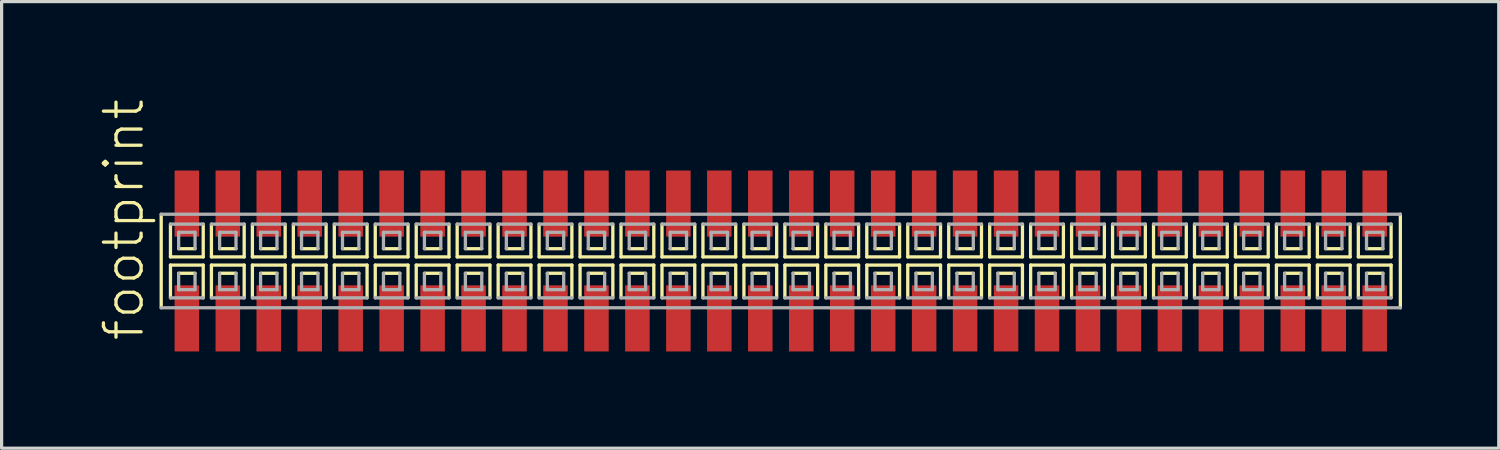
<source format=kicad_pcb>
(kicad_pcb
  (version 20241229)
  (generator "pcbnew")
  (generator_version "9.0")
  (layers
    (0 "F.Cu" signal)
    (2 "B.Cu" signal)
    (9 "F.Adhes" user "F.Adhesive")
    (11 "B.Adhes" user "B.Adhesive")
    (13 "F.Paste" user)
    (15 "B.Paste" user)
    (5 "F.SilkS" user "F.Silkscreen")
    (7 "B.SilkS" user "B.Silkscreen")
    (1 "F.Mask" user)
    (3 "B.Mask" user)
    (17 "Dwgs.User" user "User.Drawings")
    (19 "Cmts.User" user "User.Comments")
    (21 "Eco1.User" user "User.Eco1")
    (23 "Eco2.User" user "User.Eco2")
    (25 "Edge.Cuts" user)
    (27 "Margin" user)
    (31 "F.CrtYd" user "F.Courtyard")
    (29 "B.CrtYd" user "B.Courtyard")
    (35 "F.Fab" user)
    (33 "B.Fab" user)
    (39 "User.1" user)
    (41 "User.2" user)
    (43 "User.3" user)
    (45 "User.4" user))
  (footprint "footprint"
    (layer "F.Cu")
    (at 21.158 5.042)
    (property "Reference" "footprint" (at -19.685 2.54 90) (layer "F.SilkS") (effects (font (size 1.168 1.168) (thickness 0.102)) (justify left bottom)))
    (fp_line (start -19.21 -1.45) (end -19.21 1.45) (stroke (width 0.102) (type solid)) (layer "F.SilkS"))
    (fp_line (start -18.923 -1.143) (end -18.923 -0.127) (stroke (width 0.102) (type solid)) (layer "F.SilkS"))
    (fp_line (start -18.923 -0.127) (end -17.907 -0.127) (stroke (width 0.102) (type solid)) (layer "F.SilkS"))
    (fp_line (start -18.923 0.127) (end -18.923 1.143) (stroke (width 0.102) (type solid)) (layer "F.SilkS"))
    (fp_line (start -18.669 -0.381) (end -18.161 -0.381) (stroke (width 0.102) (type solid)) (layer "F.SilkS"))
    (fp_line (start -18.161 0.381) (end -18.669 0.381) (stroke (width 0.102) (type solid)) (layer "F.SilkS"))
    (fp_line (start -17.907 -0.127) (end -17.907 -1.143) (stroke (width 0.102) (type solid)) (layer "F.SilkS"))
    (fp_line (start -17.907 0.127) (end -18.923 0.127) (stroke (width 0.102) (type solid)) (layer "F.SilkS"))
    (fp_line (start -17.907 1.143) (end -17.907 0.127) (stroke (width 0.102) (type solid)) (layer "F.SilkS"))
    (fp_line (start -17.653 -1.143) (end -17.653 -0.127) (stroke (width 0.102) (type solid)) (layer "F.SilkS"))
    (fp_line (start -17.653 -0.127) (end -16.637 -0.127) (stroke (width 0.102) (type solid)) (layer "F.SilkS"))
    (fp_line (start -17.653 0.127) (end -17.653 1.143) (stroke (width 0.102) (type solid)) (layer "F.SilkS"))
    (fp_line (start -17.399 -0.381) (end -16.891 -0.381) (stroke (width 0.102) (type solid)) (layer "F.SilkS"))
    (fp_line (start -16.891 0.381) (end -17.399 0.381) (stroke (width 0.102) (type solid)) (layer "F.SilkS"))
    (fp_line (start -16.637 -0.127) (end -16.637 -1.143) (stroke (width 0.102) (type solid)) (layer "F.SilkS"))
    (fp_line (start -16.637 0.127) (end -17.653 0.127) (stroke (width 0.102) (type solid)) (layer "F.SilkS"))
    (fp_line (start -16.637 1.143) (end -16.637 0.127) (stroke (width 0.102) (type solid)) (layer "F.SilkS"))
    (fp_line (start -16.383 -1.143) (end -16.383 -0.127) (stroke (width 0.102) (type solid)) (layer "F.SilkS"))
    (fp_line (start -16.383 -0.127) (end -15.367 -0.127) (stroke (width 0.102) (type solid)) (layer "F.SilkS"))
    (fp_line (start -16.383 0.127) (end -16.383 1.143) (stroke (width 0.102) (type solid)) (layer "F.SilkS"))
    (fp_line (start -16.129 -0.381) (end -15.621 -0.381) (stroke (width 0.102) (type solid)) (layer "F.SilkS"))
    (fp_line (start -15.621 0.381) (end -16.129 0.381) (stroke (width 0.102) (type solid)) (layer "F.SilkS"))
    (fp_line (start -15.367 -0.127) (end -15.367 -1.143) (stroke (width 0.102) (type solid)) (layer "F.SilkS"))
    (fp_line (start -15.367 0.127) (end -16.383 0.127) (stroke (width 0.102) (type solid)) (layer "F.SilkS"))
    (fp_line (start -15.367 1.143) (end -15.367 0.127) (stroke (width 0.102) (type solid)) (layer "F.SilkS"))
    (fp_line (start -15.113 -1.143) (end -15.113 -0.127) (stroke (width 0.102) (type solid)) (layer "F.SilkS"))
    (fp_line (start -15.113 -0.127) (end -14.097 -0.127) (stroke (width 0.102) (type solid)) (layer "F.SilkS"))
    (fp_line (start -15.113 0.127) (end -15.113 1.143) (stroke (width 0.102) (type solid)) (layer "F.SilkS"))
    (fp_line (start -14.859 -0.381) (end -14.351 -0.381) (stroke (width 0.102) (type solid)) (layer "F.SilkS"))
    (fp_line (start -14.351 0.381) (end -14.859 0.381) (stroke (width 0.102) (type solid)) (layer "F.SilkS"))
    (fp_line (start -14.097 -0.127) (end -14.097 -1.143) (stroke (width 0.102) (type solid)) (layer "F.SilkS"))
    (fp_line (start -14.097 0.127) (end -15.113 0.127) (stroke (width 0.102) (type solid)) (layer "F.SilkS"))
    (fp_line (start -14.097 1.143) (end -14.097 0.127) (stroke (width 0.102) (type solid)) (layer "F.SilkS"))
    (fp_line (start -13.843 -1.143) (end -13.843 -0.127) (stroke (width 0.102) (type solid)) (layer "F.SilkS"))
    (fp_line (start -13.843 -0.127) (end -12.827 -0.127) (stroke (width 0.102) (type solid)) (layer "F.SilkS"))
    (fp_line (start -13.843 0.127) (end -13.843 1.143) (stroke (width 0.102) (type solid)) (layer "F.SilkS"))
    (fp_line (start -13.589 -0.381) (end -13.081 -0.381) (stroke (width 0.102) (type solid)) (layer "F.SilkS"))
    (fp_line (start -13.081 0.381) (end -13.589 0.381) (stroke (width 0.102) (type solid)) (layer "F.SilkS"))
    (fp_line (start -12.827 -0.127) (end -12.827 -1.143) (stroke (width 0.102) (type solid)) (layer "F.SilkS"))
    (fp_line (start -12.827 0.127) (end -13.843 0.127) (stroke (width 0.102) (type solid)) (layer "F.SilkS"))
    (fp_line (start -12.827 1.143) (end -12.827 0.127) (stroke (width 0.102) (type solid)) (layer "F.SilkS"))
    (fp_line (start -12.573 -1.143) (end -12.573 -0.127) (stroke (width 0.102) (type solid)) (layer "F.SilkS"))
    (fp_line (start -12.573 -0.127) (end -11.557 -0.127) (stroke (width 0.102) (type solid)) (layer "F.SilkS"))
    (fp_line (start -12.573 0.127) (end -12.573 1.143) (stroke (width 0.102) (type solid)) (layer "F.SilkS"))
    (fp_line (start -12.319 -0.381) (end -11.811 -0.381) (stroke (width 0.102) (type solid)) (layer "F.SilkS"))
    (fp_line (start -11.811 0.381) (end -12.319 0.381) (stroke (width 0.102) (type solid)) (layer "F.SilkS"))
    (fp_line (start -11.557 -0.127) (end -11.557 -1.143) (stroke (width 0.102) (type solid)) (layer "F.SilkS"))
    (fp_line (start -11.557 0.127) (end -12.573 0.127) (stroke (width 0.102) (type solid)) (layer "F.SilkS"))
    (fp_line (start -11.557 1.143) (end -11.557 0.127) (stroke (width 0.102) (type solid)) (layer "F.SilkS"))
    (fp_line (start -11.303 -1.143) (end -11.303 -0.127) (stroke (width 0.102) (type solid)) (layer "F.SilkS"))
    (fp_line (start -11.303 -0.127) (end -10.287 -0.127) (stroke (width 0.102) (type solid)) (layer "F.SilkS"))
    (fp_line (start -11.303 0.127) (end -11.303 1.143) (stroke (width 0.102) (type solid)) (layer "F.SilkS"))
    (fp_line (start -11.049 -0.381) (end -10.541 -0.381) (stroke (width 0.102) (type solid)) (layer "F.SilkS"))
    (fp_line (start -10.541 0.381) (end -11.049 0.381) (stroke (width 0.102) (type solid)) (layer "F.SilkS"))
    (fp_line (start -10.287 -0.127) (end -10.287 -1.143) (stroke (width 0.102) (type solid)) (layer "F.SilkS"))
    (fp_line (start -10.287 0.127) (end -11.303 0.127) (stroke (width 0.102) (type solid)) (layer "F.SilkS"))
    (fp_line (start -10.287 1.143) (end -10.287 0.127) (stroke (width 0.102) (type solid)) (layer "F.SilkS"))
    (fp_line (start -10.033 -1.143) (end -10.033 -0.127) (stroke (width 0.102) (type solid)) (layer "F.SilkS"))
    (fp_line (start -10.033 -0.127) (end -9.017 -0.127) (stroke (width 0.102) (type solid)) (layer "F.SilkS"))
    (fp_line (start -10.033 0.127) (end -10.033 1.143) (stroke (width 0.102) (type solid)) (layer "F.SilkS"))
    (fp_line (start -9.779 -0.381) (end -9.271 -0.381) (stroke (width 0.102) (type solid)) (layer "F.SilkS"))
    (fp_line (start -9.271 0.381) (end -9.779 0.381) (stroke (width 0.102) (type solid)) (layer "F.SilkS"))
    (fp_line (start -9.017 -0.127) (end -9.017 -1.143) (stroke (width 0.102) (type solid)) (layer "F.SilkS"))
    (fp_line (start -9.017 0.127) (end -10.033 0.127) (stroke (width 0.102) (type solid)) (layer "F.SilkS"))
    (fp_line (start -9.017 1.143) (end -9.017 0.127) (stroke (width 0.102) (type solid)) (layer "F.SilkS"))
    (fp_line (start -8.763 -1.143) (end -8.763 -0.127) (stroke (width 0.102) (type solid)) (layer "F.SilkS"))
    (fp_line (start -8.763 -0.127) (end -7.747 -0.127) (stroke (width 0.102) (type solid)) (layer "F.SilkS"))
    (fp_line (start -8.763 0.127) (end -8.763 1.143) (stroke (width 0.102) (type solid)) (layer "F.SilkS"))
    (fp_line (start -8.509 -0.381) (end -8.001 -0.381) (stroke (width 0.102) (type solid)) (layer "F.SilkS"))
    (fp_line (start -8.001 0.381) (end -8.509 0.381) (stroke (width 0.102) (type solid)) (layer "F.SilkS"))
    (fp_line (start -7.747 -0.127) (end -7.747 -1.143) (stroke (width 0.102) (type solid)) (layer "F.SilkS"))
    (fp_line (start -7.747 0.127) (end -8.763 0.127) (stroke (width 0.102) (type solid)) (layer "F.SilkS"))
    (fp_line (start -7.747 1.143) (end -7.747 0.127) (stroke (width 0.102) (type solid)) (layer "F.SilkS"))
    (fp_line (start -7.493 -1.143) (end -7.493 -0.127) (stroke (width 0.102) (type solid)) (layer "F.SilkS"))
    (fp_line (start -7.493 -0.127) (end -6.477 -0.127) (stroke (width 0.102) (type solid)) (layer "F.SilkS"))
    (fp_line (start -7.493 0.127) (end -7.493 1.143) (stroke (width 0.102) (type solid)) (layer "F.SilkS"))
    (fp_line (start -7.239 -0.381) (end -6.731 -0.381) (stroke (width 0.102) (type solid)) (layer "F.SilkS"))
    (fp_line (start -6.731 0.381) (end -7.239 0.381) (stroke (width 0.102) (type solid)) (layer "F.SilkS"))
    (fp_line (start -6.477 -0.127) (end -6.477 -1.143) (stroke (width 0.102) (type solid)) (layer "F.SilkS"))
    (fp_line (start -6.477 0.127) (end -7.493 0.127) (stroke (width 0.102) (type solid)) (layer "F.SilkS"))
    (fp_line (start -6.477 1.143) (end -6.477 0.127) (stroke (width 0.102) (type solid)) (layer "F.SilkS"))
    (fp_line (start -6.223 -1.143) (end -6.223 -0.127) (stroke (width 0.102) (type solid)) (layer "F.SilkS"))
    (fp_line (start -6.223 -0.127) (end -5.207 -0.127) (stroke (width 0.102) (type solid)) (layer "F.SilkS"))
    (fp_line (start -6.223 0.127) (end -6.223 1.143) (stroke (width 0.102) (type solid)) (layer "F.SilkS"))
    (fp_line (start -5.969 -0.381) (end -5.461 -0.381) (stroke (width 0.102) (type solid)) (layer "F.SilkS"))
    (fp_line (start -5.461 0.381) (end -5.969 0.381) (stroke (width 0.102) (type solid)) (layer "F.SilkS"))
    (fp_line (start -5.207 -0.127) (end -5.207 -1.143) (stroke (width 0.102) (type solid)) (layer "F.SilkS"))
    (fp_line (start -5.207 0.127) (end -6.223 0.127) (stroke (width 0.102) (type solid)) (layer "F.SilkS"))
    (fp_line (start -5.207 1.143) (end -5.207 0.127) (stroke (width 0.102) (type solid)) (layer "F.SilkS"))
    (fp_line (start -4.953 -1.143) (end -4.953 -0.127) (stroke (width 0.102) (type solid)) (layer "F.SilkS"))
    (fp_line (start -4.953 -0.127) (end -3.937 -0.127) (stroke (width 0.102) (type solid)) (layer "F.SilkS"))
    (fp_line (start -4.953 0.127) (end -4.953 1.143) (stroke (width 0.102) (type solid)) (layer "F.SilkS"))
    (fp_line (start -4.699 -0.381) (end -4.191 -0.381) (stroke (width 0.102) (type solid)) (layer "F.SilkS"))
    (fp_line (start -4.191 0.381) (end -4.699 0.381) (stroke (width 0.102) (type solid)) (layer "F.SilkS"))
    (fp_line (start -3.937 -0.127) (end -3.937 -1.143) (stroke (width 0.102) (type solid)) (layer "F.SilkS"))
    (fp_line (start -3.937 0.127) (end -4.953 0.127) (stroke (width 0.102) (type solid)) (layer "F.SilkS"))
    (fp_line (start -3.937 1.143) (end -3.937 0.127) (stroke (width 0.102) (type solid)) (layer "F.SilkS"))
    (fp_line (start -3.683 -1.143) (end -3.683 -0.127) (stroke (width 0.102) (type solid)) (layer "F.SilkS"))
    (fp_line (start -3.683 -0.127) (end -2.667 -0.127) (stroke (width 0.102) (type solid)) (layer "F.SilkS"))
    (fp_line (start -3.683 0.127) (end -3.683 1.143) (stroke (width 0.102) (type solid)) (layer "F.SilkS"))
    (fp_line (start -3.429 -0.381) (end -2.921 -0.381) (stroke (width 0.102) (type solid)) (layer "F.SilkS"))
    (fp_line (start -2.921 0.381) (end -3.429 0.381) (stroke (width 0.102) (type solid)) (layer "F.SilkS"))
    (fp_line (start -2.667 -0.127) (end -2.667 -1.143) (stroke (width 0.102) (type solid)) (layer "F.SilkS"))
    (fp_line (start -2.667 0.127) (end -3.683 0.127) (stroke (width 0.102) (type solid)) (layer "F.SilkS"))
    (fp_line (start -2.667 1.143) (end -2.667 0.127) (stroke (width 0.102) (type solid)) (layer "F.SilkS"))
    (fp_line (start -2.413 -1.143) (end -2.413 -0.127) (stroke (width 0.102) (type solid)) (layer "F.SilkS"))
    (fp_line (start -2.413 -0.127) (end -1.397 -0.127) (stroke (width 0.102) (type solid)) (layer "F.SilkS"))
    (fp_line (start -2.413 0.127) (end -2.413 1.143) (stroke (width 0.102) (type solid)) (layer "F.SilkS"))
    (fp_line (start -2.159 -0.381) (end -1.651 -0.381) (stroke (width 0.102) (type solid)) (layer "F.SilkS"))
    (fp_line (start -1.651 0.381) (end -2.159 0.381) (stroke (width 0.102) (type solid)) (layer "F.SilkS"))
    (fp_line (start -1.397 -0.127) (end -1.397 -1.143) (stroke (width 0.102) (type solid)) (layer "F.SilkS"))
    (fp_line (start -1.397 0.127) (end -2.413 0.127) (stroke (width 0.102) (type solid)) (layer "F.SilkS"))
    (fp_line (start -1.397 1.143) (end -1.397 0.127) (stroke (width 0.102) (type solid)) (layer "F.SilkS"))
    (fp_line (start -1.143 -1.143) (end -1.143 -0.127) (stroke (width 0.102) (type solid)) (layer "F.SilkS"))
    (fp_line (start -1.143 -0.127) (end -0.127 -0.127) (stroke (width 0.102) (type solid)) (layer "F.SilkS"))
    (fp_line (start -1.143 0.127) (end -1.143 1.143) (stroke (width 0.102) (type solid)) (layer "F.SilkS"))
    (fp_line (start -0.889 -0.381) (end -0.381 -0.381) (stroke (width 0.102) (type solid)) (layer "F.SilkS"))
    (fp_line (start -0.381 0.381) (end -0.889 0.381) (stroke (width 0.102) (type solid)) (layer "F.SilkS"))
    (fp_line (start -0.127 -0.127) (end -0.127 -1.143) (stroke (width 0.102) (type solid)) (layer "F.SilkS"))
    (fp_line (start -0.127 0.127) (end -1.143 0.127) (stroke (width 0.102) (type solid)) (layer "F.SilkS"))
    (fp_line (start -0.127 1.143) (end -0.127 0.127) (stroke (width 0.102) (type solid)) (layer "F.SilkS"))
    (fp_line (start 0.127 -1.143) (end 0.127 -0.127) (stroke (width 0.102) (type solid)) (layer "F.SilkS"))
    (fp_line (start 0.127 -0.127) (end 1.143 -0.127) (stroke (width 0.102) (type solid)) (layer "F.SilkS"))
    (fp_line (start 0.127 0.127) (end 0.127 1.143) (stroke (width 0.102) (type solid)) (layer "F.SilkS"))
    (fp_line (start 0.381 -0.381) (end 0.889 -0.381) (stroke (width 0.102) (type solid)) (layer "F.SilkS"))
    (fp_line (start 0.889 0.381) (end 0.381 0.381) (stroke (width 0.102) (type solid)) (layer "F.SilkS"))
    (fp_line (start 1.143 -0.127) (end 1.143 -1.143) (stroke (width 0.102) (type solid)) (layer "F.SilkS"))
    (fp_line (start 1.143 0.127) (end 0.127 0.127) (stroke (width 0.102) (type solid)) (layer "F.SilkS"))
    (fp_line (start 1.143 1.143) (end 1.143 0.127) (stroke (width 0.102) (type solid)) (layer "F.SilkS"))
    (fp_line (start 1.397 -1.143) (end 1.397 -0.127) (stroke (width 0.102) (type solid)) (layer "F.SilkS"))
    (fp_line (start 1.397 -0.127) (end 2.413 -0.127) (stroke (width 0.102) (type solid)) (layer "F.SilkS"))
    (fp_line (start 1.397 0.127) (end 1.397 1.143) (stroke (width 0.102) (type solid)) (layer "F.SilkS"))
    (fp_line (start 1.651 -0.381) (end 2.159 -0.381) (stroke (width 0.102) (type solid)) (layer "F.SilkS"))
    (fp_line (start 2.159 0.381) (end 1.651 0.381) (stroke (width 0.102) (type solid)) (layer "F.SilkS"))
    (fp_line (start 2.413 -0.127) (end 2.413 -1.143) (stroke (width 0.102) (type solid)) (layer "F.SilkS"))
    (fp_line (start 2.413 0.127) (end 1.397 0.127) (stroke (width 0.102) (type solid)) (layer "F.SilkS"))
    (fp_line (start 2.413 1.143) (end 2.413 0.127) (stroke (width 0.102) (type solid)) (layer "F.SilkS"))
    (fp_line (start 2.667 -1.143) (end 2.667 -0.127) (stroke (width 0.102) (type solid)) (layer "F.SilkS"))
    (fp_line (start 2.667 -0.127) (end 3.683 -0.127) (stroke (width 0.102) (type solid)) (layer "F.SilkS"))
    (fp_line (start 2.667 0.127) (end 2.667 1.143) (stroke (width 0.102) (type solid)) (layer "F.SilkS"))
    (fp_line (start 2.921 -0.381) (end 3.429 -0.381) (stroke (width 0.102) (type solid)) (layer "F.SilkS"))
    (fp_line (start 3.429 0.381) (end 2.921 0.381) (stroke (width 0.102) (type solid)) (layer "F.SilkS"))
    (fp_line (start 3.683 -0.127) (end 3.683 -1.143) (stroke (width 0.102) (type solid)) (layer "F.SilkS"))
    (fp_line (start 3.683 0.127) (end 2.667 0.127) (stroke (width 0.102) (type solid)) (layer "F.SilkS"))
    (fp_line (start 3.683 1.143) (end 3.683 0.127) (stroke (width 0.102) (type solid)) (layer "F.SilkS"))
    (fp_line (start 3.937 -1.143) (end 3.937 -0.127) (stroke (width 0.102) (type solid)) (layer "F.SilkS"))
    (fp_line (start 3.937 -0.127) (end 4.953 -0.127) (stroke (width 0.102) (type solid)) (layer "F.SilkS"))
    (fp_line (start 3.937 0.127) (end 3.937 1.143) (stroke (width 0.102) (type solid)) (layer "F.SilkS"))
    (fp_line (start 4.191 -0.381) (end 4.699 -0.381) (stroke (width 0.102) (type solid)) (layer "F.SilkS"))
    (fp_line (start 4.699 0.381) (end 4.191 0.381) (stroke (width 0.102) (type solid)) (layer "F.SilkS"))
    (fp_line (start 4.953 -0.127) (end 4.953 -1.143) (stroke (width 0.102) (type solid)) (layer "F.SilkS"))
    (fp_line (start 4.953 0.127) (end 3.937 0.127) (stroke (width 0.102) (type solid)) (layer "F.SilkS"))
    (fp_line (start 4.953 1.143) (end 4.953 0.127) (stroke (width 0.102) (type solid)) (layer "F.SilkS"))
    (fp_line (start 5.207 -1.143) (end 5.207 -0.127) (stroke (width 0.102) (type solid)) (layer "F.SilkS"))
    (fp_line (start 5.207 -0.127) (end 6.223 -0.127) (stroke (width 0.102) (type solid)) (layer "F.SilkS"))
    (fp_line (start 5.207 0.127) (end 5.207 1.143) (stroke (width 0.102) (type solid)) (layer "F.SilkS"))
    (fp_line (start 5.461 -0.381) (end 5.969 -0.381) (stroke (width 0.102) (type solid)) (layer "F.SilkS"))
    (fp_line (start 5.969 0.381) (end 5.461 0.381) (stroke (width 0.102) (type solid)) (layer "F.SilkS"))
    (fp_line (start 6.223 -0.127) (end 6.223 -1.143) (stroke (width 0.102) (type solid)) (layer "F.SilkS"))
    (fp_line (start 6.223 0.127) (end 5.207 0.127) (stroke (width 0.102) (type solid)) (layer "F.SilkS"))
    (fp_line (start 6.223 1.143) (end 6.223 0.127) (stroke (width 0.102) (type solid)) (layer "F.SilkS"))
    (fp_line (start 6.477 -1.143) (end 6.477 -0.127) (stroke (width 0.102) (type solid)) (layer "F.SilkS"))
    (fp_line (start 6.477 -0.127) (end 7.493 -0.127) (stroke (width 0.102) (type solid)) (layer "F.SilkS"))
    (fp_line (start 6.477 0.127) (end 6.477 1.143) (stroke (width 0.102) (type solid)) (layer "F.SilkS"))
    (fp_line (start 6.731 -0.381) (end 7.239 -0.381) (stroke (width 0.102) (type solid)) (layer "F.SilkS"))
    (fp_line (start 7.239 0.381) (end 6.731 0.381) (stroke (width 0.102) (type solid)) (layer "F.SilkS"))
    (fp_line (start 7.493 -0.127) (end 7.493 -1.143) (stroke (width 0.102) (type solid)) (layer "F.SilkS"))
    (fp_line (start 7.493 0.127) (end 6.477 0.127) (stroke (width 0.102) (type solid)) (layer "F.SilkS"))
    (fp_line (start 7.493 1.143) (end 7.493 0.127) (stroke (width 0.102) (type solid)) (layer "F.SilkS"))
    (fp_line (start 7.747 -1.143) (end 7.747 -0.127) (stroke (width 0.102) (type solid)) (layer "F.SilkS"))
    (fp_line (start 7.747 -0.127) (end 8.763 -0.127) (stroke (width 0.102) (type solid)) (layer "F.SilkS"))
    (fp_line (start 7.747 0.127) (end 7.747 1.143) (stroke (width 0.102) (type solid)) (layer "F.SilkS"))
    (fp_line (start 8.001 -0.381) (end 8.509 -0.381) (stroke (width 0.102) (type solid)) (layer "F.SilkS"))
    (fp_line (start 8.509 0.381) (end 8.001 0.381) (stroke (width 0.102) (type solid)) (layer "F.SilkS"))
    (fp_line (start 8.763 -0.127) (end 8.763 -1.143) (stroke (width 0.102) (type solid)) (layer "F.SilkS"))
    (fp_line (start 8.763 0.127) (end 7.747 0.127) (stroke (width 0.102) (type solid)) (layer "F.SilkS"))
    (fp_line (start 8.763 1.143) (end 8.763 0.127) (stroke (width 0.102) (type solid)) (layer "F.SilkS"))
    (fp_line (start 9.017 -1.143) (end 9.017 -0.127) (stroke (width 0.102) (type solid)) (layer "F.SilkS"))
    (fp_line (start 9.017 -0.127) (end 10.033 -0.127) (stroke (width 0.102) (type solid)) (layer "F.SilkS"))
    (fp_line (start 9.017 0.127) (end 9.017 1.143) (stroke (width 0.102) (type solid)) (layer "F.SilkS"))
    (fp_line (start 9.271 -0.381) (end 9.779 -0.381) (stroke (width 0.102) (type solid)) (layer "F.SilkS"))
    (fp_line (start 9.779 0.381) (end 9.271 0.381) (stroke (width 0.102) (type solid)) (layer "F.SilkS"))
    (fp_line (start 10.033 -0.127) (end 10.033 -1.143) (stroke (width 0.102) (type solid)) (layer "F.SilkS"))
    (fp_line (start 10.033 0.127) (end 9.017 0.127) (stroke (width 0.102) (type solid)) (layer "F.SilkS"))
    (fp_line (start 10.033 1.143) (end 10.033 0.127) (stroke (width 0.102) (type solid)) (layer "F.SilkS"))
    (fp_line (start 10.287 -1.143) (end 10.287 -0.127) (stroke (width 0.102) (type solid)) (layer "F.SilkS"))
    (fp_line (start 10.287 -0.127) (end 11.303 -0.127) (stroke (width 0.102) (type solid)) (layer "F.SilkS"))
    (fp_line (start 10.287 0.127) (end 10.287 1.143) (stroke (width 0.102) (type solid)) (layer "F.SilkS"))
    (fp_line (start 10.541 -0.381) (end 11.049 -0.381) (stroke (width 0.102) (type solid)) (layer "F.SilkS"))
    (fp_line (start 11.049 0.381) (end 10.541 0.381) (stroke (width 0.102) (type solid)) (layer "F.SilkS"))
    (fp_line (start 11.303 -0.127) (end 11.303 -1.143) (stroke (width 0.102) (type solid)) (layer "F.SilkS"))
    (fp_line (start 11.303 0.127) (end 10.287 0.127) (stroke (width 0.102) (type solid)) (layer "F.SilkS"))
    (fp_line (start 11.303 1.143) (end 11.303 0.127) (stroke (width 0.102) (type solid)) (layer "F.SilkS"))
    (fp_line (start 11.557 -1.143) (end 11.557 -0.127) (stroke (width 0.102) (type solid)) (layer "F.SilkS"))
    (fp_line (start 11.557 -0.127) (end 12.573 -0.127) (stroke (width 0.102) (type solid)) (layer "F.SilkS"))
    (fp_line (start 11.557 0.127) (end 11.557 1.143) (stroke (width 0.102) (type solid)) (layer "F.SilkS"))
    (fp_line (start 11.811 -0.381) (end 12.319 -0.381) (stroke (width 0.102) (type solid)) (layer "F.SilkS"))
    (fp_line (start 12.319 0.381) (end 11.811 0.381) (stroke (width 0.102) (type solid)) (layer "F.SilkS"))
    (fp_line (start 12.573 -0.127) (end 12.573 -1.143) (stroke (width 0.102) (type solid)) (layer "F.SilkS"))
    (fp_line (start 12.573 0.127) (end 11.557 0.127) (stroke (width 0.102) (type solid)) (layer "F.SilkS"))
    (fp_line (start 12.573 1.143) (end 12.573 0.127) (stroke (width 0.102) (type solid)) (layer "F.SilkS"))
    (fp_line (start 12.827 -1.143) (end 12.827 -0.127) (stroke (width 0.102) (type solid)) (layer "F.SilkS"))
    (fp_line (start 12.827 -0.127) (end 13.843 -0.127) (stroke (width 0.102) (type solid)) (layer "F.SilkS"))
    (fp_line (start 12.827 0.127) (end 12.827 1.143) (stroke (width 0.102) (type solid)) (layer "F.SilkS"))
    (fp_line (start 13.081 -0.381) (end 13.589 -0.381) (stroke (width 0.102) (type solid)) (layer "F.SilkS"))
    (fp_line (start 13.589 0.381) (end 13.081 0.381) (stroke (width 0.102) (type solid)) (layer "F.SilkS"))
    (fp_line (start 13.843 -0.127) (end 13.843 -1.143) (stroke (width 0.102) (type solid)) (layer "F.SilkS"))
    (fp_line (start 13.843 0.127) (end 12.827 0.127) (stroke (width 0.102) (type solid)) (layer "F.SilkS"))
    (fp_line (start 13.843 1.143) (end 13.843 0.127) (stroke (width 0.102) (type solid)) (layer "F.SilkS"))
    (fp_line (start 14.097 -1.143) (end 14.097 -0.127) (stroke (width 0.102) (type solid)) (layer "F.SilkS"))
    (fp_line (start 14.097 -0.127) (end 15.113 -0.127) (stroke (width 0.102) (type solid)) (layer "F.SilkS"))
    (fp_line (start 14.097 0.127) (end 14.097 1.143) (stroke (width 0.102) (type solid)) (layer "F.SilkS"))
    (fp_line (start 14.351 -0.381) (end 14.859 -0.381) (stroke (width 0.102) (type solid)) (layer "F.SilkS"))
    (fp_line (start 14.859 0.381) (end 14.351 0.381) (stroke (width 0.102) (type solid)) (layer "F.SilkS"))
    (fp_line (start 15.113 -0.127) (end 15.113 -1.143) (stroke (width 0.102) (type solid)) (layer "F.SilkS"))
    (fp_line (start 15.113 0.127) (end 14.097 0.127) (stroke (width 0.102) (type solid)) (layer "F.SilkS"))
    (fp_line (start 15.113 1.143) (end 15.113 0.127) (stroke (width 0.102) (type solid)) (layer "F.SilkS"))
    (fp_line (start 15.367 -1.143) (end 15.367 -0.127) (stroke (width 0.102) (type solid)) (layer "F.SilkS"))
    (fp_line (start 15.367 -0.127) (end 16.383 -0.127) (stroke (width 0.102) (type solid)) (layer "F.SilkS"))
    (fp_line (start 15.367 0.127) (end 15.367 1.143) (stroke (width 0.102) (type solid)) (layer "F.SilkS"))
    (fp_line (start 15.621 -0.381) (end 16.129 -0.381) (stroke (width 0.102) (type solid)) (layer "F.SilkS"))
    (fp_line (start 16.129 0.381) (end 15.621 0.381) (stroke (width 0.102) (type solid)) (layer "F.SilkS"))
    (fp_line (start 16.383 -0.127) (end 16.383 -1.143) (stroke (width 0.102) (type solid)) (layer "F.SilkS"))
    (fp_line (start 16.383 0.127) (end 15.367 0.127) (stroke (width 0.102) (type solid)) (layer "F.SilkS"))
    (fp_line (start 16.383 1.143) (end 16.383 0.127) (stroke (width 0.102) (type solid)) (layer "F.SilkS"))
    (fp_line (start 16.637 -1.143) (end 16.637 -0.127) (stroke (width 0.102) (type solid)) (layer "F.SilkS"))
    (fp_line (start 16.637 -0.127) (end 17.653 -0.127) (stroke (width 0.102) (type solid)) (layer "F.SilkS"))
    (fp_line (start 16.637 0.127) (end 16.637 1.143) (stroke (width 0.102) (type solid)) (layer "F.SilkS"))
    (fp_line (start 16.891 -0.381) (end 17.399 -0.381) (stroke (width 0.102) (type solid)) (layer "F.SilkS"))
    (fp_line (start 17.399 0.381) (end 16.891 0.381) (stroke (width 0.102) (type solid)) (layer "F.SilkS"))
    (fp_line (start 17.653 -0.127) (end 17.653 -1.143) (stroke (width 0.102) (type solid)) (layer "F.SilkS"))
    (fp_line (start 17.653 0.127) (end 16.637 0.127) (stroke (width 0.102) (type solid)) (layer "F.SilkS"))
    (fp_line (start 17.653 1.143) (end 17.653 0.127) (stroke (width 0.102) (type solid)) (layer "F.SilkS"))
    (fp_line (start 17.907 -1.143) (end 17.907 -0.127) (stroke (width 0.102) (type solid)) (layer "F.SilkS"))
    (fp_line (start 17.907 -0.127) (end 18.923 -0.127) (stroke (width 0.102) (type solid)) (layer "F.SilkS"))
    (fp_line (start 17.907 0.127) (end 17.907 1.143) (stroke (width 0.102) (type solid)) (layer "F.SilkS"))
    (fp_line (start 18.161 -0.381) (end 18.669 -0.381) (stroke (width 0.102) (type solid)) (layer "F.SilkS"))
    (fp_line (start 18.669 0.381) (end 18.161 0.381) (stroke (width 0.102) (type solid)) (layer "F.SilkS"))
    (fp_line (start 18.923 -0.127) (end 18.923 -1.143) (stroke (width 0.102) (type solid)) (layer "F.SilkS"))
    (fp_line (start 18.923 0.127) (end 17.907 0.127) (stroke (width 0.102) (type solid)) (layer "F.SilkS"))
    (fp_line (start 18.923 1.143) (end 18.923 0.127) (stroke (width 0.102) (type solid)) (layer "F.SilkS"))
    (fp_line (start 19.21 1.45) (end 19.21 -1.45) (stroke (width 0.102) (type solid)) (layer "F.SilkS"))
    (fp_line (start -19.21 1.45) (end 19.21 1.45) (stroke (width 0.102) (type solid)) (layer "F.Fab"))
    (fp_line (start -18.923 1.143) (end -17.907 1.143) (stroke (width 0.102) (type solid)) (layer "F.Fab"))
    (fp_line (start -18.669 -0.889) (end -18.669 -0.381) (stroke (width 0.102) (type solid)) (layer "F.Fab"))
    (fp_line (start -18.669 0.381) (end -18.669 0.889) (stroke (width 0.102) (type solid)) (layer "F.Fab"))
    (fp_line (start -18.669 0.889) (end -18.161 0.889) (stroke (width 0.102) (type solid)) (layer "F.Fab"))
    (fp_line (start -18.161 -0.889) (end -18.669 -0.889) (stroke (width 0.102) (type solid)) (layer "F.Fab"))
    (fp_line (start -18.161 -0.381) (end -18.161 -0.889) (stroke (width 0.102) (type solid)) (layer "F.Fab"))
    (fp_line (start -18.161 0.889) (end -18.161 0.381) (stroke (width 0.102) (type solid)) (layer "F.Fab"))
    (fp_line (start -17.907 -1.143) (end -18.923 -1.143) (stroke (width 0.102) (type solid)) (layer "F.Fab"))
    (fp_line (start -17.653 1.143) (end -16.637 1.143) (stroke (width 0.102) (type solid)) (layer "F.Fab"))
    (fp_line (start -17.399 -0.889) (end -17.399 -0.381) (stroke (width 0.102) (type solid)) (layer "F.Fab"))
    (fp_line (start -17.399 0.381) (end -17.399 0.889) (stroke (width 0.102) (type solid)) (layer "F.Fab"))
    (fp_line (start -17.399 0.889) (end -16.891 0.889) (stroke (width 0.102) (type solid)) (layer "F.Fab"))
    (fp_line (start -16.891 -0.889) (end -17.399 -0.889) (stroke (width 0.102) (type solid)) (layer "F.Fab"))
    (fp_line (start -16.891 -0.381) (end -16.891 -0.889) (stroke (width 0.102) (type solid)) (layer "F.Fab"))
    (fp_line (start -16.891 0.889) (end -16.891 0.381) (stroke (width 0.102) (type solid)) (layer "F.Fab"))
    (fp_line (start -16.637 -1.143) (end -17.653 -1.143) (stroke (width 0.102) (type solid)) (layer "F.Fab"))
    (fp_line (start -16.383 1.143) (end -15.367 1.143) (stroke (width 0.102) (type solid)) (layer "F.Fab"))
    (fp_line (start -16.129 -0.889) (end -16.129 -0.381) (stroke (width 0.102) (type solid)) (layer "F.Fab"))
    (fp_line (start -16.129 0.381) (end -16.129 0.889) (stroke (width 0.102) (type solid)) (layer "F.Fab"))
    (fp_line (start -16.129 0.889) (end -15.621 0.889) (stroke (width 0.102) (type solid)) (layer "F.Fab"))
    (fp_line (start -15.621 -0.889) (end -16.129 -0.889) (stroke (width 0.102) (type solid)) (layer "F.Fab"))
    (fp_line (start -15.621 -0.381) (end -15.621 -0.889) (stroke (width 0.102) (type solid)) (layer "F.Fab"))
    (fp_line (start -15.621 0.889) (end -15.621 0.381) (stroke (width 0.102) (type solid)) (layer "F.Fab"))
    (fp_line (start -15.367 -1.143) (end -16.383 -1.143) (stroke (width 0.102) (type solid)) (layer "F.Fab"))
    (fp_line (start -15.113 1.143) (end -14.097 1.143) (stroke (width 0.102) (type solid)) (layer "F.Fab"))
    (fp_line (start -14.859 -0.889) (end -14.859 -0.381) (stroke (width 0.102) (type solid)) (layer "F.Fab"))
    (fp_line (start -14.859 0.381) (end -14.859 0.889) (stroke (width 0.102) (type solid)) (layer "F.Fab"))
    (fp_line (start -14.859 0.889) (end -14.351 0.889) (stroke (width 0.102) (type solid)) (layer "F.Fab"))
    (fp_line (start -14.351 -0.889) (end -14.859 -0.889) (stroke (width 0.102) (type solid)) (layer "F.Fab"))
    (fp_line (start -14.351 -0.381) (end -14.351 -0.889) (stroke (width 0.102) (type solid)) (layer "F.Fab"))
    (fp_line (start -14.351 0.889) (end -14.351 0.381) (stroke (width 0.102) (type solid)) (layer "F.Fab"))
    (fp_line (start -14.097 -1.143) (end -15.113 -1.143) (stroke (width 0.102) (type solid)) (layer "F.Fab"))
    (fp_line (start -13.843 1.143) (end -12.827 1.143) (stroke (width 0.102) (type solid)) (layer "F.Fab"))
    (fp_line (start -13.589 -0.889) (end -13.589 -0.381) (stroke (width 0.102) (type solid)) (layer "F.Fab"))
    (fp_line (start -13.589 0.381) (end -13.589 0.889) (stroke (width 0.102) (type solid)) (layer "F.Fab"))
    (fp_line (start -13.589 0.889) (end -13.081 0.889) (stroke (width 0.102) (type solid)) (layer "F.Fab"))
    (fp_line (start -13.081 -0.889) (end -13.589 -0.889) (stroke (width 0.102) (type solid)) (layer "F.Fab"))
    (fp_line (start -13.081 -0.381) (end -13.081 -0.889) (stroke (width 0.102) (type solid)) (layer "F.Fab"))
    (fp_line (start -13.081 0.889) (end -13.081 0.381) (stroke (width 0.102) (type solid)) (layer "F.Fab"))
    (fp_line (start -12.827 -1.143) (end -13.843 -1.143) (stroke (width 0.102) (type solid)) (layer "F.Fab"))
    (fp_line (start -12.573 1.143) (end -11.557 1.143) (stroke (width 0.102) (type solid)) (layer "F.Fab"))
    (fp_line (start -12.319 -0.889) (end -12.319 -0.381) (stroke (width 0.102) (type solid)) (layer "F.Fab"))
    (fp_line (start -12.319 0.381) (end -12.319 0.889) (stroke (width 0.102) (type solid)) (layer "F.Fab"))
    (fp_line (start -12.319 0.889) (end -11.811 0.889) (stroke (width 0.102) (type solid)) (layer "F.Fab"))
    (fp_line (start -11.811 -0.889) (end -12.319 -0.889) (stroke (width 0.102) (type solid)) (layer "F.Fab"))
    (fp_line (start -11.811 -0.381) (end -11.811 -0.889) (stroke (width 0.102) (type solid)) (layer "F.Fab"))
    (fp_line (start -11.811 0.889) (end -11.811 0.381) (stroke (width 0.102) (type solid)) (layer "F.Fab"))
    (fp_line (start -11.557 -1.143) (end -12.573 -1.143) (stroke (width 0.102) (type solid)) (layer "F.Fab"))
    (fp_line (start -11.303 1.143) (end -10.287 1.143) (stroke (width 0.102) (type solid)) (layer "F.Fab"))
    (fp_line (start -11.049 -0.889) (end -11.049 -0.381) (stroke (width 0.102) (type solid)) (layer "F.Fab"))
    (fp_line (start -11.049 0.381) (end -11.049 0.889) (stroke (width 0.102) (type solid)) (layer "F.Fab"))
    (fp_line (start -11.049 0.889) (end -10.541 0.889) (stroke (width 0.102) (type solid)) (layer "F.Fab"))
    (fp_line (start -10.541 -0.889) (end -11.049 -0.889) (stroke (width 0.102) (type solid)) (layer "F.Fab"))
    (fp_line (start -10.541 -0.381) (end -10.541 -0.889) (stroke (width 0.102) (type solid)) (layer "F.Fab"))
    (fp_line (start -10.541 0.889) (end -10.541 0.381) (stroke (width 0.102) (type solid)) (layer "F.Fab"))
    (fp_line (start -10.287 -1.143) (end -11.303 -1.143) (stroke (width 0.102) (type solid)) (layer "F.Fab"))
    (fp_line (start -10.033 1.143) (end -9.017 1.143) (stroke (width 0.102) (type solid)) (layer "F.Fab"))
    (fp_line (start -9.779 -0.889) (end -9.779 -0.381) (stroke (width 0.102) (type solid)) (layer "F.Fab"))
    (fp_line (start -9.779 0.381) (end -9.779 0.889) (stroke (width 0.102) (type solid)) (layer "F.Fab"))
    (fp_line (start -9.779 0.889) (end -9.271 0.889) (stroke (width 0.102) (type solid)) (layer "F.Fab"))
    (fp_line (start -9.271 -0.889) (end -9.779 -0.889) (stroke (width 0.102) (type solid)) (layer "F.Fab"))
    (fp_line (start -9.271 -0.381) (end -9.271 -0.889) (stroke (width 0.102) (type solid)) (layer "F.Fab"))
    (fp_line (start -9.271 0.889) (end -9.271 0.381) (stroke (width 0.102) (type solid)) (layer "F.Fab"))
    (fp_line (start -9.017 -1.143) (end -10.033 -1.143) (stroke (width 0.102) (type solid)) (layer "F.Fab"))
    (fp_line (start -8.763 1.143) (end -7.747 1.143) (stroke (width 0.102) (type solid)) (layer "F.Fab"))
    (fp_line (start -8.509 -0.889) (end -8.509 -0.381) (stroke (width 0.102) (type solid)) (layer "F.Fab"))
    (fp_line (start -8.509 0.381) (end -8.509 0.889) (stroke (width 0.102) (type solid)) (layer "F.Fab"))
    (fp_line (start -8.509 0.889) (end -8.001 0.889) (stroke (width 0.102) (type solid)) (layer "F.Fab"))
    (fp_line (start -8.001 -0.889) (end -8.509 -0.889) (stroke (width 0.102) (type solid)) (layer "F.Fab"))
    (fp_line (start -8.001 -0.381) (end -8.001 -0.889) (stroke (width 0.102) (type solid)) (layer "F.Fab"))
    (fp_line (start -8.001 0.889) (end -8.001 0.381) (stroke (width 0.102) (type solid)) (layer "F.Fab"))
    (fp_line (start -7.747 -1.143) (end -8.763 -1.143) (stroke (width 0.102) (type solid)) (layer "F.Fab"))
    (fp_line (start -7.493 1.143) (end -6.477 1.143) (stroke (width 0.102) (type solid)) (layer "F.Fab"))
    (fp_line (start -7.239 -0.889) (end -7.239 -0.381) (stroke (width 0.102) (type solid)) (layer "F.Fab"))
    (fp_line (start -7.239 0.381) (end -7.239 0.889) (stroke (width 0.102) (type solid)) (layer "F.Fab"))
    (fp_line (start -7.239 0.889) (end -6.731 0.889) (stroke (width 0.102) (type solid)) (layer "F.Fab"))
    (fp_line (start -6.731 -0.889) (end -7.239 -0.889) (stroke (width 0.102) (type solid)) (layer "F.Fab"))
    (fp_line (start -6.731 -0.381) (end -6.731 -0.889) (stroke (width 0.102) (type solid)) (layer "F.Fab"))
    (fp_line (start -6.731 0.889) (end -6.731 0.381) (stroke (width 0.102) (type solid)) (layer "F.Fab"))
    (fp_line (start -6.477 -1.143) (end -7.493 -1.143) (stroke (width 0.102) (type solid)) (layer "F.Fab"))
    (fp_line (start -6.223 1.143) (end -5.207 1.143) (stroke (width 0.102) (type solid)) (layer "F.Fab"))
    (fp_line (start -5.969 -0.889) (end -5.969 -0.381) (stroke (width 0.102) (type solid)) (layer "F.Fab"))
    (fp_line (start -5.969 0.381) (end -5.969 0.889) (stroke (width 0.102) (type solid)) (layer "F.Fab"))
    (fp_line (start -5.969 0.889) (end -5.461 0.889) (stroke (width 0.102) (type solid)) (layer "F.Fab"))
    (fp_line (start -5.461 -0.889) (end -5.969 -0.889) (stroke (width 0.102) (type solid)) (layer "F.Fab"))
    (fp_line (start -5.461 -0.381) (end -5.461 -0.889) (stroke (width 0.102) (type solid)) (layer "F.Fab"))
    (fp_line (start -5.461 0.889) (end -5.461 0.381) (stroke (width 0.102) (type solid)) (layer "F.Fab"))
    (fp_line (start -5.207 -1.143) (end -6.223 -1.143) (stroke (width 0.102) (type solid)) (layer "F.Fab"))
    (fp_line (start -4.953 1.143) (end -3.937 1.143) (stroke (width 0.102) (type solid)) (layer "F.Fab"))
    (fp_line (start -4.699 -0.889) (end -4.699 -0.381) (stroke (width 0.102) (type solid)) (layer "F.Fab"))
    (fp_line (start -4.699 0.381) (end -4.699 0.889) (stroke (width 0.102) (type solid)) (layer "F.Fab"))
    (fp_line (start -4.699 0.889) (end -4.191 0.889) (stroke (width 0.102) (type solid)) (layer "F.Fab"))
    (fp_line (start -4.191 -0.889) (end -4.699 -0.889) (stroke (width 0.102) (type solid)) (layer "F.Fab"))
    (fp_line (start -4.191 -0.381) (end -4.191 -0.889) (stroke (width 0.102) (type solid)) (layer "F.Fab"))
    (fp_line (start -4.191 0.889) (end -4.191 0.381) (stroke (width 0.102) (type solid)) (layer "F.Fab"))
    (fp_line (start -3.937 -1.143) (end -4.953 -1.143) (stroke (width 0.102) (type solid)) (layer "F.Fab"))
    (fp_line (start -3.683 1.143) (end -2.667 1.143) (stroke (width 0.102) (type solid)) (layer "F.Fab"))
    (fp_line (start -3.429 -0.889) (end -3.429 -0.381) (stroke (width 0.102) (type solid)) (layer "F.Fab"))
    (fp_line (start -3.429 0.381) (end -3.429 0.889) (stroke (width 0.102) (type solid)) (layer "F.Fab"))
    (fp_line (start -3.429 0.889) (end -2.921 0.889) (stroke (width 0.102) (type solid)) (layer "F.Fab"))
    (fp_line (start -2.921 -0.889) (end -3.429 -0.889) (stroke (width 0.102) (type solid)) (layer "F.Fab"))
    (fp_line (start -2.921 -0.381) (end -2.921 -0.889) (stroke (width 0.102) (type solid)) (layer "F.Fab"))
    (fp_line (start -2.921 0.889) (end -2.921 0.381) (stroke (width 0.102) (type solid)) (layer "F.Fab"))
    (fp_line (start -2.667 -1.143) (end -3.683 -1.143) (stroke (width 0.102) (type solid)) (layer "F.Fab"))
    (fp_line (start -2.413 1.143) (end -1.397 1.143) (stroke (width 0.102) (type solid)) (layer "F.Fab"))
    (fp_line (start -2.159 -0.889) (end -2.159 -0.381) (stroke (width 0.102) (type solid)) (layer "F.Fab"))
    (fp_line (start -2.159 0.381) (end -2.159 0.889) (stroke (width 0.102) (type solid)) (layer "F.Fab"))
    (fp_line (start -2.159 0.889) (end -1.651 0.889) (stroke (width 0.102) (type solid)) (layer "F.Fab"))
    (fp_line (start -1.651 -0.889) (end -2.159 -0.889) (stroke (width 0.102) (type solid)) (layer "F.Fab"))
    (fp_line (start -1.651 -0.381) (end -1.651 -0.889) (stroke (width 0.102) (type solid)) (layer "F.Fab"))
    (fp_line (start -1.651 0.889) (end -1.651 0.381) (stroke (width 0.102) (type solid)) (layer "F.Fab"))
    (fp_line (start -1.397 -1.143) (end -2.413 -1.143) (stroke (width 0.102) (type solid)) (layer "F.Fab"))
    (fp_line (start -1.143 1.143) (end -0.127 1.143) (stroke (width 0.102) (type solid)) (layer "F.Fab"))
    (fp_line (start -0.889 -0.889) (end -0.889 -0.381) (stroke (width 0.102) (type solid)) (layer "F.Fab"))
    (fp_line (start -0.889 0.381) (end -0.889 0.889) (stroke (width 0.102) (type solid)) (layer "F.Fab"))
    (fp_line (start -0.889 0.889) (end -0.381 0.889) (stroke (width 0.102) (type solid)) (layer "F.Fab"))
    (fp_line (start -0.381 -0.889) (end -0.889 -0.889) (stroke (width 0.102) (type solid)) (layer "F.Fab"))
    (fp_line (start -0.381 -0.381) (end -0.381 -0.889) (stroke (width 0.102) (type solid)) (layer "F.Fab"))
    (fp_line (start -0.381 0.889) (end -0.381 0.381) (stroke (width 0.102) (type solid)) (layer "F.Fab"))
    (fp_line (start -0.127 -1.143) (end -1.143 -1.143) (stroke (width 0.102) (type solid)) (layer "F.Fab"))
    (fp_line (start 0.127 1.143) (end 1.143 1.143) (stroke (width 0.102) (type solid)) (layer "F.Fab"))
    (fp_line (start 0.381 -0.889) (end 0.381 -0.381) (stroke (width 0.102) (type solid)) (layer "F.Fab"))
    (fp_line (start 0.381 0.381) (end 0.381 0.889) (stroke (width 0.102) (type solid)) (layer "F.Fab"))
    (fp_line (start 0.381 0.889) (end 0.889 0.889) (stroke (width 0.102) (type solid)) (layer "F.Fab"))
    (fp_line (start 0.889 -0.889) (end 0.381 -0.889) (stroke (width 0.102) (type solid)) (layer "F.Fab"))
    (fp_line (start 0.889 -0.381) (end 0.889 -0.889) (stroke (width 0.102) (type solid)) (layer "F.Fab"))
    (fp_line (start 0.889 0.889) (end 0.889 0.381) (stroke (width 0.102) (type solid)) (layer "F.Fab"))
    (fp_line (start 1.143 -1.143) (end 0.127 -1.143) (stroke (width 0.102) (type solid)) (layer "F.Fab"))
    (fp_line (start 1.397 1.143) (end 2.413 1.143) (stroke (width 0.102) (type solid)) (layer "F.Fab"))
    (fp_line (start 1.651 -0.889) (end 1.651 -0.381) (stroke (width 0.102) (type solid)) (layer "F.Fab"))
    (fp_line (start 1.651 0.381) (end 1.651 0.889) (stroke (width 0.102) (type solid)) (layer "F.Fab"))
    (fp_line (start 1.651 0.889) (end 2.159 0.889) (stroke (width 0.102) (type solid)) (layer "F.Fab"))
    (fp_line (start 2.159 -0.889) (end 1.651 -0.889) (stroke (width 0.102) (type solid)) (layer "F.Fab"))
    (fp_line (start 2.159 -0.381) (end 2.159 -0.889) (stroke (width 0.102) (type solid)) (layer "F.Fab"))
    (fp_line (start 2.159 0.889) (end 2.159 0.381) (stroke (width 0.102) (type solid)) (layer "F.Fab"))
    (fp_line (start 2.413 -1.143) (end 1.397 -1.143) (stroke (width 0.102) (type solid)) (layer "F.Fab"))
    (fp_line (start 2.667 1.143) (end 3.683 1.143) (stroke (width 0.102) (type solid)) (layer "F.Fab"))
    (fp_line (start 2.921 -0.889) (end 2.921 -0.381) (stroke (width 0.102) (type solid)) (layer "F.Fab"))
    (fp_line (start 2.921 0.381) (end 2.921 0.889) (stroke (width 0.102) (type solid)) (layer "F.Fab"))
    (fp_line (start 2.921 0.889) (end 3.429 0.889) (stroke (width 0.102) (type solid)) (layer "F.Fab"))
    (fp_line (start 3.429 -0.889) (end 2.921 -0.889) (stroke (width 0.102) (type solid)) (layer "F.Fab"))
    (fp_line (start 3.429 -0.381) (end 3.429 -0.889) (stroke (width 0.102) (type solid)) (layer "F.Fab"))
    (fp_line (start 3.429 0.889) (end 3.429 0.381) (stroke (width 0.102) (type solid)) (layer "F.Fab"))
    (fp_line (start 3.683 -1.143) (end 2.667 -1.143) (stroke (width 0.102) (type solid)) (layer "F.Fab"))
    (fp_line (start 3.937 1.143) (end 4.953 1.143) (stroke (width 0.102) (type solid)) (layer "F.Fab"))
    (fp_line (start 4.191 -0.889) (end 4.191 -0.381) (stroke (width 0.102) (type solid)) (layer "F.Fab"))
    (fp_line (start 4.191 0.381) (end 4.191 0.889) (stroke (width 0.102) (type solid)) (layer "F.Fab"))
    (fp_line (start 4.191 0.889) (end 4.699 0.889) (stroke (width 0.102) (type solid)) (layer "F.Fab"))
    (fp_line (start 4.699 -0.889) (end 4.191 -0.889) (stroke (width 0.102) (type solid)) (layer "F.Fab"))
    (fp_line (start 4.699 -0.381) (end 4.699 -0.889) (stroke (width 0.102) (type solid)) (layer "F.Fab"))
    (fp_line (start 4.699 0.889) (end 4.699 0.381) (stroke (width 0.102) (type solid)) (layer "F.Fab"))
    (fp_line (start 4.953 -1.143) (end 3.937 -1.143) (stroke (width 0.102) (type solid)) (layer "F.Fab"))
    (fp_line (start 5.207 1.143) (end 6.223 1.143) (stroke (width 0.102) (type solid)) (layer "F.Fab"))
    (fp_line (start 5.461 -0.889) (end 5.461 -0.381) (stroke (width 0.102) (type solid)) (layer "F.Fab"))
    (fp_line (start 5.461 0.381) (end 5.461 0.889) (stroke (width 0.102) (type solid)) (layer "F.Fab"))
    (fp_line (start 5.461 0.889) (end 5.969 0.889) (stroke (width 0.102) (type solid)) (layer "F.Fab"))
    (fp_line (start 5.969 -0.889) (end 5.461 -0.889) (stroke (width 0.102) (type solid)) (layer "F.Fab"))
    (fp_line (start 5.969 -0.381) (end 5.969 -0.889) (stroke (width 0.102) (type solid)) (layer "F.Fab"))
    (fp_line (start 5.969 0.889) (end 5.969 0.381) (stroke (width 0.102) (type solid)) (layer "F.Fab"))
    (fp_line (start 6.223 -1.143) (end 5.207 -1.143) (stroke (width 0.102) (type solid)) (layer "F.Fab"))
    (fp_line (start 6.477 1.143) (end 7.493 1.143) (stroke (width 0.102) (type solid)) (layer "F.Fab"))
    (fp_line (start 6.731 -0.889) (end 6.731 -0.381) (stroke (width 0.102) (type solid)) (layer "F.Fab"))
    (fp_line (start 6.731 0.381) (end 6.731 0.889) (stroke (width 0.102) (type solid)) (layer "F.Fab"))
    (fp_line (start 6.731 0.889) (end 7.239 0.889) (stroke (width 0.102) (type solid)) (layer "F.Fab"))
    (fp_line (start 7.239 -0.889) (end 6.731 -0.889) (stroke (width 0.102) (type solid)) (layer "F.Fab"))
    (fp_line (start 7.239 -0.381) (end 7.239 -0.889) (stroke (width 0.102) (type solid)) (layer "F.Fab"))
    (fp_line (start 7.239 0.889) (end 7.239 0.381) (stroke (width 0.102) (type solid)) (layer "F.Fab"))
    (fp_line (start 7.493 -1.143) (end 6.477 -1.143) (stroke (width 0.102) (type solid)) (layer "F.Fab"))
    (fp_line (start 7.747 1.143) (end 8.763 1.143) (stroke (width 0.102) (type solid)) (layer "F.Fab"))
    (fp_line (start 8.001 -0.889) (end 8.001 -0.381) (stroke (width 0.102) (type solid)) (layer "F.Fab"))
    (fp_line (start 8.001 0.381) (end 8.001 0.889) (stroke (width 0.102) (type solid)) (layer "F.Fab"))
    (fp_line (start 8.001 0.889) (end 8.509 0.889) (stroke (width 0.102) (type solid)) (layer "F.Fab"))
    (fp_line (start 8.509 -0.889) (end 8.001 -0.889) (stroke (width 0.102) (type solid)) (layer "F.Fab"))
    (fp_line (start 8.509 -0.381) (end 8.509 -0.889) (stroke (width 0.102) (type solid)) (layer "F.Fab"))
    (fp_line (start 8.509 0.889) (end 8.509 0.381) (stroke (width 0.102) (type solid)) (layer "F.Fab"))
    (fp_line (start 8.763 -1.143) (end 7.747 -1.143) (stroke (width 0.102) (type solid)) (layer "F.Fab"))
    (fp_line (start 9.017 1.143) (end 10.033 1.143) (stroke (width 0.102) (type solid)) (layer "F.Fab"))
    (fp_line (start 9.271 -0.889) (end 9.271 -0.381) (stroke (width 0.102) (type solid)) (layer "F.Fab"))
    (fp_line (start 9.271 0.381) (end 9.271 0.889) (stroke (width 0.102) (type solid)) (layer "F.Fab"))
    (fp_line (start 9.271 0.889) (end 9.779 0.889) (stroke (width 0.102) (type solid)) (layer "F.Fab"))
    (fp_line (start 9.779 -0.889) (end 9.271 -0.889) (stroke (width 0.102) (type solid)) (layer "F.Fab"))
    (fp_line (start 9.779 -0.381) (end 9.779 -0.889) (stroke (width 0.102) (type solid)) (layer "F.Fab"))
    (fp_line (start 9.779 0.889) (end 9.779 0.381) (stroke (width 0.102) (type solid)) (layer "F.Fab"))
    (fp_line (start 10.033 -1.143) (end 9.017 -1.143) (stroke (width 0.102) (type solid)) (layer "F.Fab"))
    (fp_line (start 10.287 1.143) (end 11.303 1.143) (stroke (width 0.102) (type solid)) (layer "F.Fab"))
    (fp_line (start 10.541 -0.889) (end 10.541 -0.381) (stroke (width 0.102) (type solid)) (layer "F.Fab"))
    (fp_line (start 10.541 0.381) (end 10.541 0.889) (stroke (width 0.102) (type solid)) (layer "F.Fab"))
    (fp_line (start 10.541 0.889) (end 11.049 0.889) (stroke (width 0.102) (type solid)) (layer "F.Fab"))
    (fp_line (start 11.049 -0.889) (end 10.541 -0.889) (stroke (width 0.102) (type solid)) (layer "F.Fab"))
    (fp_line (start 11.049 -0.381) (end 11.049 -0.889) (stroke (width 0.102) (type solid)) (layer "F.Fab"))
    (fp_line (start 11.049 0.889) (end 11.049 0.381) (stroke (width 0.102) (type solid)) (layer "F.Fab"))
    (fp_line (start 11.303 -1.143) (end 10.287 -1.143) (stroke (width 0.102) (type solid)) (layer "F.Fab"))
    (fp_line (start 11.557 1.143) (end 12.573 1.143) (stroke (width 0.102) (type solid)) (layer "F.Fab"))
    (fp_line (start 11.811 -0.889) (end 11.811 -0.381) (stroke (width 0.102) (type solid)) (layer "F.Fab"))
    (fp_line (start 11.811 0.381) (end 11.811 0.889) (stroke (width 0.102) (type solid)) (layer "F.Fab"))
    (fp_line (start 11.811 0.889) (end 12.319 0.889) (stroke (width 0.102) (type solid)) (layer "F.Fab"))
    (fp_line (start 12.319 -0.889) (end 11.811 -0.889) (stroke (width 0.102) (type solid)) (layer "F.Fab"))
    (fp_line (start 12.319 -0.381) (end 12.319 -0.889) (stroke (width 0.102) (type solid)) (layer "F.Fab"))
    (fp_line (start 12.319 0.889) (end 12.319 0.381) (stroke (width 0.102) (type solid)) (layer "F.Fab"))
    (fp_line (start 12.573 -1.143) (end 11.557 -1.143) (stroke (width 0.102) (type solid)) (layer "F.Fab"))
    (fp_line (start 12.827 1.143) (end 13.843 1.143) (stroke (width 0.102) (type solid)) (layer "F.Fab"))
    (fp_line (start 13.081 -0.889) (end 13.081 -0.381) (stroke (width 0.102) (type solid)) (layer "F.Fab"))
    (fp_line (start 13.081 0.381) (end 13.081 0.889) (stroke (width 0.102) (type solid)) (layer "F.Fab"))
    (fp_line (start 13.081 0.889) (end 13.589 0.889) (stroke (width 0.102) (type solid)) (layer "F.Fab"))
    (fp_line (start 13.589 -0.889) (end 13.081 -0.889) (stroke (width 0.102) (type solid)) (layer "F.Fab"))
    (fp_line (start 13.589 -0.381) (end 13.589 -0.889) (stroke (width 0.102) (type solid)) (layer "F.Fab"))
    (fp_line (start 13.589 0.889) (end 13.589 0.381) (stroke (width 0.102) (type solid)) (layer "F.Fab"))
    (fp_line (start 13.843 -1.143) (end 12.827 -1.143) (stroke (width 0.102) (type solid)) (layer "F.Fab"))
    (fp_line (start 14.097 1.143) (end 15.113 1.143) (stroke (width 0.102) (type solid)) (layer "F.Fab"))
    (fp_line (start 14.351 -0.889) (end 14.351 -0.381) (stroke (width 0.102) (type solid)) (layer "F.Fab"))
    (fp_line (start 14.351 0.381) (end 14.351 0.889) (stroke (width 0.102) (type solid)) (layer "F.Fab"))
    (fp_line (start 14.351 0.889) (end 14.859 0.889) (stroke (width 0.102) (type solid)) (layer "F.Fab"))
    (fp_line (start 14.859 -0.889) (end 14.351 -0.889) (stroke (width 0.102) (type solid)) (layer "F.Fab"))
    (fp_line (start 14.859 -0.381) (end 14.859 -0.889) (stroke (width 0.102) (type solid)) (layer "F.Fab"))
    (fp_line (start 14.859 0.889) (end 14.859 0.381) (stroke (width 0.102) (type solid)) (layer "F.Fab"))
    (fp_line (start 15.113 -1.143) (end 14.097 -1.143) (stroke (width 0.102) (type solid)) (layer "F.Fab"))
    (fp_line (start 15.367 1.143) (end 16.383 1.143) (stroke (width 0.102) (type solid)) (layer "F.Fab"))
    (fp_line (start 15.621 -0.889) (end 15.621 -0.381) (stroke (width 0.102) (type solid)) (layer "F.Fab"))
    (fp_line (start 15.621 0.381) (end 15.621 0.889) (stroke (width 0.102) (type solid)) (layer "F.Fab"))
    (fp_line (start 15.621 0.889) (end 16.129 0.889) (stroke (width 0.102) (type solid)) (layer "F.Fab"))
    (fp_line (start 16.129 -0.889) (end 15.621 -0.889) (stroke (width 0.102) (type solid)) (layer "F.Fab"))
    (fp_line (start 16.129 -0.381) (end 16.129 -0.889) (stroke (width 0.102) (type solid)) (layer "F.Fab"))
    (fp_line (start 16.129 0.889) (end 16.129 0.381) (stroke (width 0.102) (type solid)) (layer "F.Fab"))
    (fp_line (start 16.383 -1.143) (end 15.367 -1.143) (stroke (width 0.102) (type solid)) (layer "F.Fab"))
    (fp_line (start 16.637 1.143) (end 17.653 1.143) (stroke (width 0.102) (type solid)) (layer "F.Fab"))
    (fp_line (start 16.891 -0.889) (end 16.891 -0.381) (stroke (width 0.102) (type solid)) (layer "F.Fab"))
    (fp_line (start 16.891 0.381) (end 16.891 0.889) (stroke (width 0.102) (type solid)) (layer "F.Fab"))
    (fp_line (start 16.891 0.889) (end 17.399 0.889) (stroke (width 0.102) (type solid)) (layer "F.Fab"))
    (fp_line (start 17.399 -0.889) (end 16.891 -0.889) (stroke (width 0.102) (type solid)) (layer "F.Fab"))
    (fp_line (start 17.399 -0.381) (end 17.399 -0.889) (stroke (width 0.102) (type solid)) (layer "F.Fab"))
    (fp_line (start 17.399 0.889) (end 17.399 0.381) (stroke (width 0.102) (type solid)) (layer "F.Fab"))
    (fp_line (start 17.653 -1.143) (end 16.637 -1.143) (stroke (width 0.102) (type solid)) (layer "F.Fab"))
    (fp_line (start 17.907 1.143) (end 18.923 1.143) (stroke (width 0.102) (type solid)) (layer "F.Fab"))
    (fp_line (start 18.161 -0.889) (end 18.161 -0.381) (stroke (width 0.102) (type solid)) (layer "F.Fab"))
    (fp_line (start 18.161 0.381) (end 18.161 0.889) (stroke (width 0.102) (type solid)) (layer "F.Fab"))
    (fp_line (start 18.161 0.889) (end 18.669 0.889) (stroke (width 0.102) (type solid)) (layer "F.Fab"))
    (fp_line (start 18.669 -0.889) (end 18.161 -0.889) (stroke (width 0.102) (type solid)) (layer "F.Fab"))
    (fp_line (start 18.669 -0.381) (end 18.669 -0.889) (stroke (width 0.102) (type solid)) (layer "F.Fab"))
    (fp_line (start 18.669 0.889) (end 18.669 0.381) (stroke (width 0.102) (type solid)) (layer "F.Fab"))
    (fp_line (start 18.923 -1.143) (end 17.907 -1.143) (stroke (width 0.102) (type solid)) (layer "F.Fab"))
    (fp_line (start 19.21 -1.45) (end -19.21 -1.45) (stroke (width 0.102) (type solid)) (layer "F.Fab"))
    (pad "1" smd rect (at -18.415 1.78) (size 0.76 2.05) (layers "F.Cu" "F.Mask" "F.Paste"))
    (pad "2" smd rect (at -18.415 -1.78) (size 0.76 2.05) (layers "F.Cu" "F.Mask" "F.Paste"))
    (pad "3" smd rect (at -17.145 1.78) (size 0.76 2.05) (layers "F.Cu" "F.Mask" "F.Paste"))
    (pad "4" smd rect (at -17.145 -1.78) (size 0.76 2.05) (layers "F.Cu" "F.Mask" "F.Paste"))
    (pad "5" smd rect (at -15.875 1.78) (size 0.76 2.05) (layers "F.Cu" "F.Mask" "F.Paste"))
    (pad "6" smd rect (at -15.875 -1.78) (size 0.76 2.05) (layers "F.Cu" "F.Mask" "F.Paste"))
    (pad "7" smd rect (at -14.605 1.78) (size 0.76 2.05) (layers "F.Cu" "F.Mask" "F.Paste"))
    (pad "8" smd rect (at -14.605 -1.78) (size 0.76 2.05) (layers "F.Cu" "F.Mask" "F.Paste"))
    (pad "9" smd rect (at -13.335 1.78) (size 0.76 2.05) (layers "F.Cu" "F.Mask" "F.Paste"))
    (pad "10" smd rect (at -13.335 -1.78) (size 0.76 2.05) (layers "F.Cu" "F.Mask" "F.Paste"))
    (pad "11" smd rect (at -12.065 1.78) (size 0.76 2.05) (layers "F.Cu" "F.Mask" "F.Paste"))
    (pad "12" smd rect (at -12.065 -1.78) (size 0.76 2.05) (layers "F.Cu" "F.Mask" "F.Paste"))
    (pad "13" smd rect (at -10.795 1.78) (size 0.76 2.05) (layers "F.Cu" "F.Mask" "F.Paste"))
    (pad "14" smd rect (at -10.795 -1.78) (size 0.76 2.05) (layers "F.Cu" "F.Mask" "F.Paste"))
    (pad "15" smd rect (at -9.525 1.78) (size 0.76 2.05) (layers "F.Cu" "F.Mask" "F.Paste"))
    (pad "16" smd rect (at -9.525 -1.78) (size 0.76 2.05) (layers "F.Cu" "F.Mask" "F.Paste"))
    (pad "17" smd rect (at -8.255 1.78) (size 0.76 2.05) (layers "F.Cu" "F.Mask" "F.Paste"))
    (pad "18" smd rect (at -8.255 -1.78) (size 0.76 2.05) (layers "F.Cu" "F.Mask" "F.Paste"))
    (pad "19" smd rect (at -6.985 1.78) (size 0.76 2.05) (layers "F.Cu" "F.Mask" "F.Paste"))
    (pad "20" smd rect (at -6.985 -1.78) (size 0.76 2.05) (layers "F.Cu" "F.Mask" "F.Paste"))
    (pad "21" smd rect (at -5.715 1.78) (size 0.76 2.05) (layers "F.Cu" "F.Mask" "F.Paste"))
    (pad "22" smd rect (at -5.715 -1.78) (size 0.76 2.05) (layers "F.Cu" "F.Mask" "F.Paste"))
    (pad "23" smd rect (at -4.445 1.78) (size 0.76 2.05) (layers "F.Cu" "F.Mask" "F.Paste"))
    (pad "24" smd rect (at -4.445 -1.78) (size 0.76 2.05) (layers "F.Cu" "F.Mask" "F.Paste"))
    (pad "25" smd rect (at -3.175 1.78) (size 0.76 2.05) (layers "F.Cu" "F.Mask" "F.Paste"))
    (pad "26" smd rect (at -3.175 -1.78) (size 0.76 2.05) (layers "F.Cu" "F.Mask" "F.Paste"))
    (pad "27" smd rect (at -1.905 1.78) (size 0.76 2.05) (layers "F.Cu" "F.Mask" "F.Paste"))
    (pad "28" smd rect (at -1.905 -1.78) (size 0.76 2.05) (layers "F.Cu" "F.Mask" "F.Paste"))
    (pad "29" smd rect (at -0.635 1.78) (size 0.76 2.05) (layers "F.Cu" "F.Mask" "F.Paste"))
    (pad "30" smd rect (at -0.635 -1.78) (size 0.76 2.05) (layers "F.Cu" "F.Mask" "F.Paste"))
    (pad "31" smd rect (at 0.635 1.78) (size 0.76 2.05) (layers "F.Cu" "F.Mask" "F.Paste"))
    (pad "32" smd rect (at 0.635 -1.78) (size 0.76 2.05) (layers "F.Cu" "F.Mask" "F.Paste"))
    (pad "33" smd rect (at 1.905 1.78) (size 0.76 2.05) (layers "F.Cu" "F.Mask" "F.Paste"))
    (pad "34" smd rect (at 1.905 -1.78) (size 0.76 2.05) (layers "F.Cu" "F.Mask" "F.Paste"))
    (pad "35" smd rect (at 3.175 1.78) (size 0.76 2.05) (layers "F.Cu" "F.Mask" "F.Paste"))
    (pad "36" smd rect (at 3.175 -1.78) (size 0.76 2.05) (layers "F.Cu" "F.Mask" "F.Paste"))
    (pad "37" smd rect (at 4.445 1.78) (size 0.76 2.05) (layers "F.Cu" "F.Mask" "F.Paste"))
    (pad "38" smd rect (at 4.445 -1.78) (size 0.76 2.05) (layers "F.Cu" "F.Mask" "F.Paste"))
    (pad "39" smd rect (at 5.715 1.78) (size 0.76 2.05) (layers "F.Cu" "F.Mask" "F.Paste"))
    (pad "40" smd rect (at 5.715 -1.78) (size 0.76 2.05) (layers "F.Cu" "F.Mask" "F.Paste"))
    (pad "41" smd rect (at 6.985 1.78) (size 0.76 2.05) (layers "F.Cu" "F.Mask" "F.Paste"))
    (pad "42" smd rect (at 6.985 -1.78) (size 0.76 2.05) (layers "F.Cu" "F.Mask" "F.Paste"))
    (pad "43" smd rect (at 8.255 1.78) (size 0.76 2.05) (layers "F.Cu" "F.Mask" "F.Paste"))
    (pad "44" smd rect (at 8.255 -1.78) (size 0.76 2.05) (layers "F.Cu" "F.Mask" "F.Paste"))
    (pad "45" smd rect (at 9.525 1.78) (size 0.76 2.05) (layers "F.Cu" "F.Mask" "F.Paste"))
    (pad "46" smd rect (at 9.525 -1.78) (size 0.76 2.05) (layers "F.Cu" "F.Mask" "F.Paste"))
    (pad "47" smd rect (at 10.795 1.78) (size 0.76 2.05) (layers "F.Cu" "F.Mask" "F.Paste"))
    (pad "48" smd rect (at 10.795 -1.78) (size 0.76 2.05) (layers "F.Cu" "F.Mask" "F.Paste"))
    (pad "49" smd rect (at 12.065 1.78) (size 0.76 2.05) (layers "F.Cu" "F.Mask" "F.Paste"))
    (pad "50" smd rect (at 12.065 -1.78) (size 0.76 2.05) (layers "F.Cu" "F.Mask" "F.Paste"))
    (pad "51" smd rect (at 13.335 1.78) (size 0.76 2.05) (layers "F.Cu" "F.Mask" "F.Paste"))
    (pad "52" smd rect (at 13.335 -1.78) (size 0.76 2.05) (layers "F.Cu" "F.Mask" "F.Paste"))
    (pad "53" smd rect (at 14.605 1.78) (size 0.76 2.05) (layers "F.Cu" "F.Mask" "F.Paste"))
    (pad "54" smd rect (at 14.605 -1.78) (size 0.76 2.05) (layers "F.Cu" "F.Mask" "F.Paste"))
    (pad "55" smd rect (at 15.875 1.78) (size 0.76 2.05) (layers "F.Cu" "F.Mask" "F.Paste"))
    (pad "56" smd rect (at 15.875 -1.78) (size 0.76 2.05) (layers "F.Cu" "F.Mask" "F.Paste"))
    (pad "57" smd rect (at 17.145 1.78) (size 0.76 2.05) (layers "F.Cu" "F.Mask" "F.Paste"))
    (pad "58" smd rect (at 17.145 -1.78) (size 0.76 2.05) (layers "F.Cu" "F.Mask" "F.Paste"))
    (pad "59" smd rect (at 18.415 1.78) (size 0.76 2.05) (layers "F.Cu" "F.Mask" "F.Paste"))
    (pad "60" smd rect (at 18.415 -1.78) (size 0.76 2.05) (layers "F.Cu" "F.Mask" "F.Paste")))
  (gr_rect
    (start -3 -3)
    (end 43.419 10.847)
    (stroke (width 0.1) (type default))
    (fill no)
    (layer "Edge.Cuts")))
</source>
